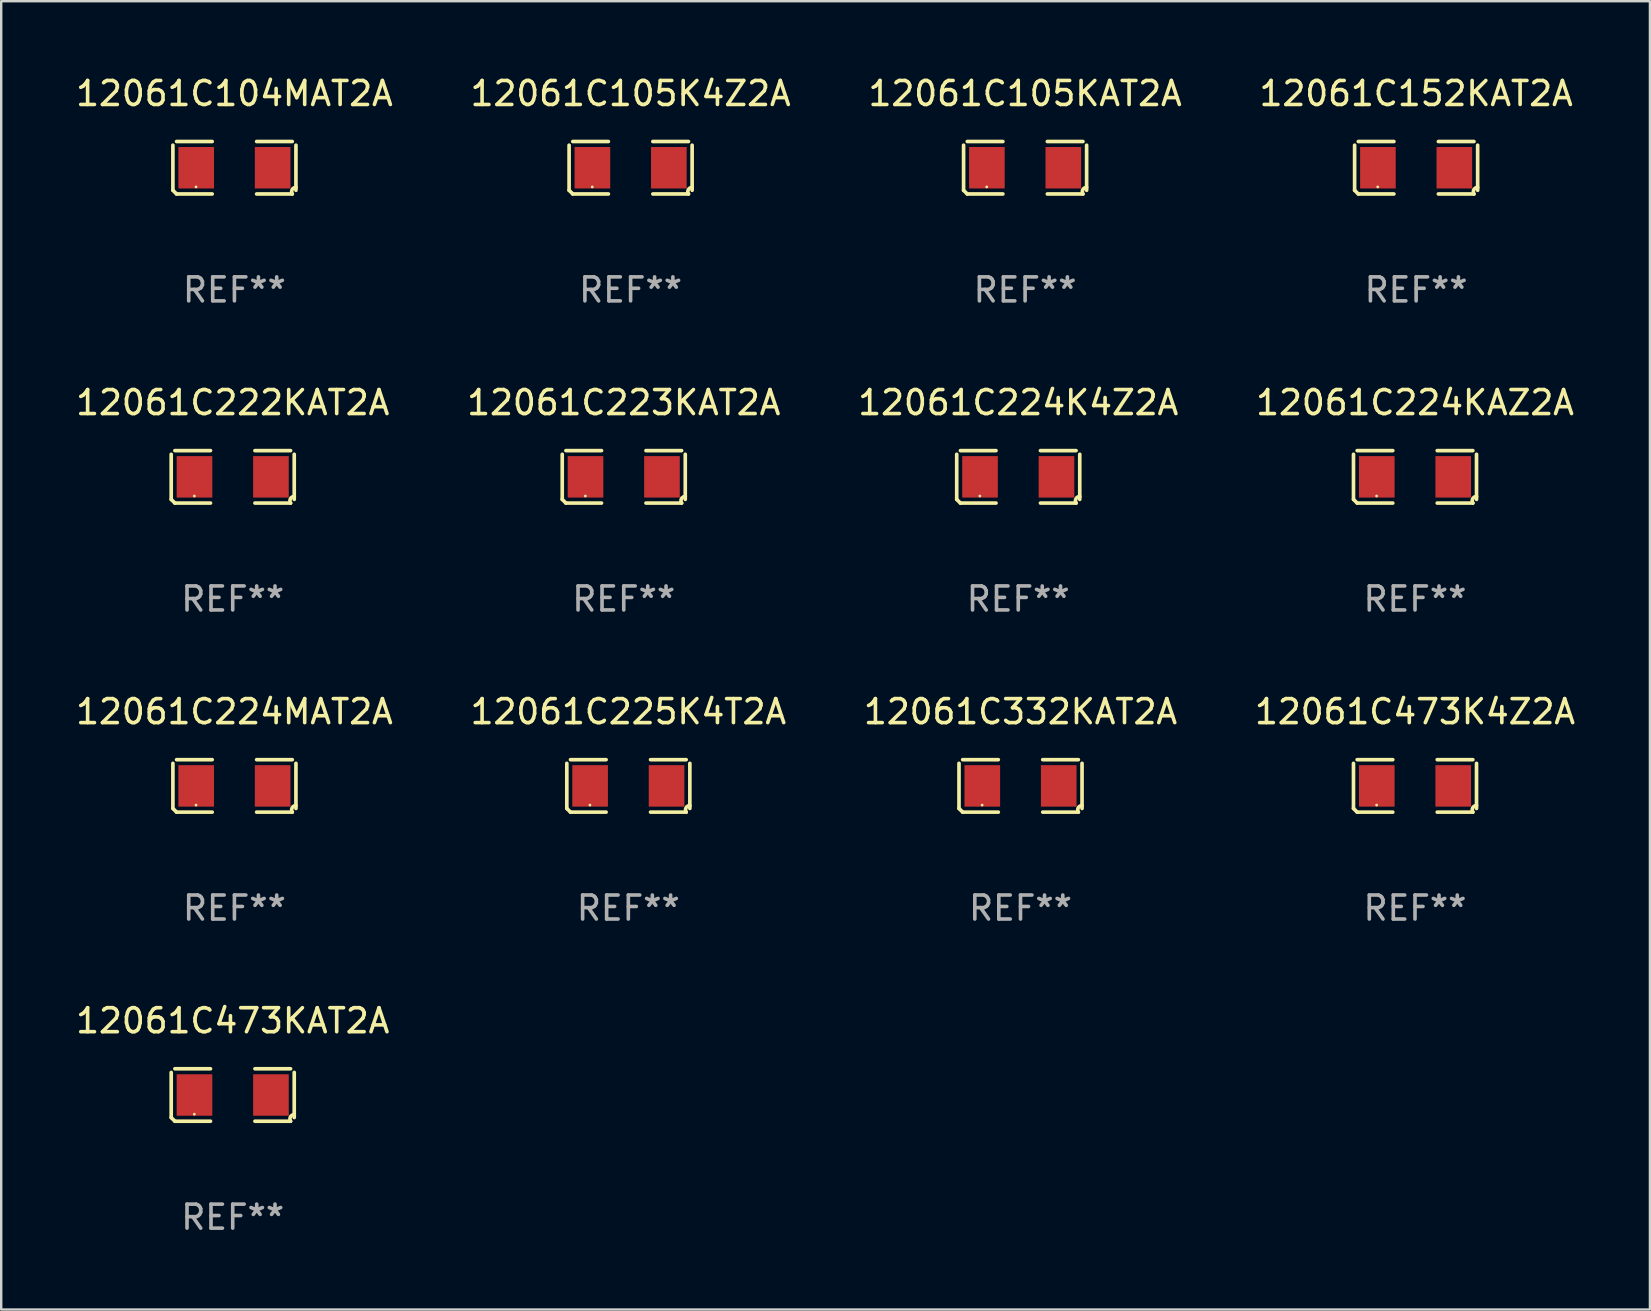
<source format=kicad_pcb>
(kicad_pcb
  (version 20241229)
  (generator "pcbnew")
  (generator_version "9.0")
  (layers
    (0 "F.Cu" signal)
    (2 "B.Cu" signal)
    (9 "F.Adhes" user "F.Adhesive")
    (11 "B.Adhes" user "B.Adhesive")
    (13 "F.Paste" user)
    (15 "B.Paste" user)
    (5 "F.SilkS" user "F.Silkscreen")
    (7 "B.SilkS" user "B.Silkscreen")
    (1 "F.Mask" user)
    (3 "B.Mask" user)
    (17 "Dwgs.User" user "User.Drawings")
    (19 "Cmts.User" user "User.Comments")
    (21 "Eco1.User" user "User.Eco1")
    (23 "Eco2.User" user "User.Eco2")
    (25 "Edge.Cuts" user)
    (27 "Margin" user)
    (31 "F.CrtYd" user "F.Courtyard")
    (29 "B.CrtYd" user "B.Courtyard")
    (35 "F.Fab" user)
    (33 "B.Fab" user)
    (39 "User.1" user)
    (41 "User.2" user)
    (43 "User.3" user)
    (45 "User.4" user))
  (footprint "12061C224MAT2A"
    (layer "F.Cu")
    (at 6.72 29.704)
    (property "Reference" "12061C224MAT2A" (at 0 -3.093 0) (layer "F.SilkS") (effects (font (size 1 1) (thickness 0.15))))
    (attr through_hole)
    (fp_line (start -2.564 0.94) (end -2.564 -0.94) (stroke (width 0.152) (type solid)) (layer "F.SilkS"))
    (fp_line (start -2.411 -1.093) (end -0.926 -1.093) (stroke (width 0.152) (type solid)) (layer "F.SilkS"))
    (fp_line (start -0.926 1.093) (end -2.411 1.093) (stroke (width 0.152) (type solid)) (layer "F.SilkS"))
    (fp_line (start 0.926 1.093) (end 2.411 1.093) (stroke (width 0.152) (type solid)) (layer "F.SilkS"))
    (fp_line (start 2.411 -1.093) (end 0.926 -1.093) (stroke (width 0.152) (type solid)) (layer "F.SilkS"))
    (fp_line (start 2.564 0.94) (end 2.564 -0.94) (stroke (width 0.152) (type solid)) (layer "F.SilkS"))
    (fp_arc (start -2.411201 1.092609) (mid -2.487413 1.01642) (end -2.563602 0.940208) (stroke (width 0.1524) (type solid)) (layer "F.SilkS"))
    (fp_arc (start 2.411201 1.092609) (mid 2.407159 0.911226) (end 2.563602 0.819347) (stroke (width 0.1524) (type solid)) (layer "F.SilkS"))
    (fp_circle (center -1.6 0.8) (end -1.57 0.8) (stroke (width 0.06) (type solid)) (fill no) (layer "F.SilkS"))
    (fp_text user "REF**" (at 0 5.093 0) (layer "F.Fab") (effects (font (size 1 1) (thickness 0.15))))
    (pad "1" smd rect (at -1.593 0) (size 1.485 1.728) (layers "F.Cu" "F.Mask" "F.Paste"))
    (pad "2" smd rect (at 1.593 0) (size 1.485 1.728) (layers "F.Cu" "F.Mask" "F.Paste")))
  (footprint "12061C224K4Z2A"
    (layer "F.Cu")
    (at 39.387 16.823)
    (property "Reference" "12061C224K4Z2A" (at 0 -3.093 0) (layer "F.SilkS") (effects (font (size 1 1) (thickness 0.15))))
    (attr through_hole)
    (fp_line (start -2.564 0.94) (end -2.564 -0.94) (stroke (width 0.152) (type solid)) (layer "F.SilkS"))
    (fp_line (start -2.411 -1.093) (end -0.926 -1.093) (stroke (width 0.152) (type solid)) (layer "F.SilkS"))
    (fp_line (start -0.926 1.093) (end -2.411 1.093) (stroke (width 0.152) (type solid)) (layer "F.SilkS"))
    (fp_line (start 0.926 1.093) (end 2.411 1.093) (stroke (width 0.152) (type solid)) (layer "F.SilkS"))
    (fp_line (start 2.411 -1.093) (end 0.926 -1.093) (stroke (width 0.152) (type solid)) (layer "F.SilkS"))
    (fp_line (start 2.564 0.94) (end 2.564 -0.94) (stroke (width 0.152) (type solid)) (layer "F.SilkS"))
    (fp_arc (start -2.411201 1.092609) (mid -2.487413 1.01642) (end -2.563602 0.940208) (stroke (width 0.1524) (type solid)) (layer "F.SilkS"))
    (fp_arc (start 2.411201 1.092609) (mid 2.407159 0.911226) (end 2.563602 0.819347) (stroke (width 0.1524) (type solid)) (layer "F.SilkS"))
    (fp_circle (center -1.6 0.8) (end -1.57 0.8) (stroke (width 0.06) (type solid)) (fill no) (layer "F.SilkS"))
    (fp_text user "REF**" (at 0 5.093 0) (layer "F.Fab") (effects (font (size 1 1) (thickness 0.15))))
    (pad "1" smd rect (at -1.593 0) (size 1.485 1.728) (layers "F.Cu" "F.Mask" "F.Paste"))
    (pad "2" smd rect (at 1.593 0) (size 1.485 1.728) (layers "F.Cu" "F.Mask" "F.Paste")))
  (footprint "12061C473KAT2A"
    (layer "F.Cu")
    (at 6.649 42.586)
    (property "Reference" "12061C473KAT2A" (at 0 -3.093 0) (layer "F.SilkS") (effects (font (size 1 1) (thickness 0.15))))
    (attr through_hole)
    (fp_line (start -2.564 0.94) (end -2.564 -0.94) (stroke (width 0.152) (type solid)) (layer "F.SilkS"))
    (fp_line (start -2.411 -1.093) (end -0.926 -1.093) (stroke (width 0.152) (type solid)) (layer "F.SilkS"))
    (fp_line (start -0.926 1.093) (end -2.411 1.093) (stroke (width 0.152) (type solid)) (layer "F.SilkS"))
    (fp_line (start 0.926 1.093) (end 2.411 1.093) (stroke (width 0.152) (type solid)) (layer "F.SilkS"))
    (fp_line (start 2.411 -1.093) (end 0.926 -1.093) (stroke (width 0.152) (type solid)) (layer "F.SilkS"))
    (fp_line (start 2.564 0.94) (end 2.564 -0.94) (stroke (width 0.152) (type solid)) (layer "F.SilkS"))
    (fp_arc (start -2.411201 1.092609) (mid -2.487413 1.01642) (end -2.563602 0.940208) (stroke (width 0.1524) (type solid)) (layer "F.SilkS"))
    (fp_arc (start 2.411201 1.092609) (mid 2.407159 0.911226) (end 2.563602 0.819347) (stroke (width 0.1524) (type solid)) (layer "F.SilkS"))
    (fp_circle (center -1.6 0.8) (end -1.57 0.8) (stroke (width 0.06) (type solid)) (fill no) (layer "F.SilkS"))
    (fp_text user "REF**" (at 0 5.093 0) (layer "F.Fab") (effects (font (size 1 1) (thickness 0.15))))
    (pad "1" smd rect (at -1.593 0) (size 1.485 1.728) (layers "F.Cu" "F.Mask" "F.Paste"))
    (pad "2" smd rect (at 1.593 0) (size 1.485 1.728) (layers "F.Cu" "F.Mask" "F.Paste")))
  (footprint "12061C152KAT2A"
    (layer "F.Cu")
    (at 55.97 3.941)
    (property "Reference" "12061C152KAT2A" (at 0 -3.093 0) (layer "F.SilkS") (effects (font (size 1 1) (thickness 0.15))))
    (attr through_hole)
    (fp_line (start -2.564 0.94) (end -2.564 -0.94) (stroke (width 0.152) (type solid)) (layer "F.SilkS"))
    (fp_line (start -2.411 -1.093) (end -0.926 -1.093) (stroke (width 0.152) (type solid)) (layer "F.SilkS"))
    (fp_line (start -0.926 1.093) (end -2.411 1.093) (stroke (width 0.152) (type solid)) (layer "F.SilkS"))
    (fp_line (start 0.926 1.093) (end 2.411 1.093) (stroke (width 0.152) (type solid)) (layer "F.SilkS"))
    (fp_line (start 2.411 -1.093) (end 0.926 -1.093) (stroke (width 0.152) (type solid)) (layer "F.SilkS"))
    (fp_line (start 2.564 0.94) (end 2.564 -0.94) (stroke (width 0.152) (type solid)) (layer "F.SilkS"))
    (fp_arc (start -2.411201 1.092609) (mid -2.487413 1.01642) (end -2.563602 0.940208) (stroke (width 0.1524) (type solid)) (layer "F.SilkS"))
    (fp_arc (start 2.411201 1.092609) (mid 2.407159 0.911226) (end 2.563602 0.819347) (stroke (width 0.1524) (type solid)) (layer "F.SilkS"))
    (fp_circle (center -1.6 0.8) (end -1.57 0.8) (stroke (width 0.06) (type solid)) (fill no) (layer "F.SilkS"))
    (fp_text user "REF**" (at 0 5.093 0) (layer "F.Fab") (effects (font (size 1 1) (thickness 0.15))))
    (pad "1" smd rect (at -1.593 0) (size 1.485 1.728) (layers "F.Cu" "F.Mask" "F.Paste"))
    (pad "2" smd rect (at 1.593 0) (size 1.485 1.728) (layers "F.Cu" "F.Mask" "F.Paste")))
  (footprint "12061C223KAT2A"
    (layer "F.Cu")
    (at 22.946 16.823)
    (property "Reference" "12061C223KAT2A" (at 0 -3.093 0) (layer "F.SilkS") (effects (font (size 1 1) (thickness 0.15))))
    (attr through_hole)
    (fp_line (start -2.564 0.94) (end -2.564 -0.94) (stroke (width 0.152) (type solid)) (layer "F.SilkS"))
    (fp_line (start -2.411 -1.093) (end -0.926 -1.093) (stroke (width 0.152) (type solid)) (layer "F.SilkS"))
    (fp_line (start -0.926 1.093) (end -2.411 1.093) (stroke (width 0.152) (type solid)) (layer "F.SilkS"))
    (fp_line (start 0.926 1.093) (end 2.411 1.093) (stroke (width 0.152) (type solid)) (layer "F.SilkS"))
    (fp_line (start 2.411 -1.093) (end 0.926 -1.093) (stroke (width 0.152) (type solid)) (layer "F.SilkS"))
    (fp_line (start 2.564 0.94) (end 2.564 -0.94) (stroke (width 0.152) (type solid)) (layer "F.SilkS"))
    (fp_arc (start -2.411201 1.092609) (mid -2.487413 1.01642) (end -2.563602 0.940208) (stroke (width 0.1524) (type solid)) (layer "F.SilkS"))
    (fp_arc (start 2.411201 1.092609) (mid 2.407159 0.911226) (end 2.563602 0.819347) (stroke (width 0.1524) (type solid)) (layer "F.SilkS"))
    (fp_circle (center -1.6 0.8) (end -1.57 0.8) (stroke (width 0.06) (type solid)) (fill no) (layer "F.SilkS"))
    (fp_text user "REF**" (at 0 5.093 0) (layer "F.Fab") (effects (font (size 1 1) (thickness 0.15))))
    (pad "1" smd rect (at -1.593 0) (size 1.485 1.728) (layers "F.Cu" "F.Mask" "F.Paste"))
    (pad "2" smd rect (at 1.593 0) (size 1.485 1.728) (layers "F.Cu" "F.Mask" "F.Paste")))
  (footprint "12061C104MAT2A"
    (layer "F.Cu")
    (at 6.72 3.941)
    (property "Reference" "12061C104MAT2A" (at 0 -3.093 0) (layer "F.SilkS") (effects (font (size 1 1) (thickness 0.15))))
    (attr through_hole)
    (fp_line (start -2.564 0.94) (end -2.564 -0.94) (stroke (width 0.152) (type solid)) (layer "F.SilkS"))
    (fp_line (start -2.411 -1.093) (end -0.926 -1.093) (stroke (width 0.152) (type solid)) (layer "F.SilkS"))
    (fp_line (start -0.926 1.093) (end -2.411 1.093) (stroke (width 0.152) (type solid)) (layer "F.SilkS"))
    (fp_line (start 0.926 1.093) (end 2.411 1.093) (stroke (width 0.152) (type solid)) (layer "F.SilkS"))
    (fp_line (start 2.411 -1.093) (end 0.926 -1.093) (stroke (width 0.152) (type solid)) (layer "F.SilkS"))
    (fp_line (start 2.564 0.94) (end 2.564 -0.94) (stroke (width 0.152) (type solid)) (layer "F.SilkS"))
    (fp_arc (start -2.411201 1.092609) (mid -2.487413 1.01642) (end -2.563602 0.940208) (stroke (width 0.1524) (type solid)) (layer "F.SilkS"))
    (fp_arc (start 2.411201 1.092609) (mid 2.407159 0.911226) (end 2.563602 0.819347) (stroke (width 0.1524) (type solid)) (layer "F.SilkS"))
    (fp_circle (center -1.6 0.8) (end -1.57 0.8) (stroke (width 0.06) (type solid)) (fill no) (layer "F.SilkS"))
    (fp_text user "REF**" (at 0 5.093 0) (layer "F.Fab") (effects (font (size 1 1) (thickness 0.15))))
    (pad "1" smd rect (at -1.593 0) (size 1.485 1.728) (layers "F.Cu" "F.Mask" "F.Paste"))
    (pad "2" smd rect (at 1.593 0) (size 1.485 1.728) (layers "F.Cu" "F.Mask" "F.Paste")))
  (footprint "12061C222KAT2A"
    (layer "F.Cu")
    (at 6.649 16.823)
    (property "Reference" "12061C222KAT2A" (at 0 -3.093 0) (layer "F.SilkS") (effects (font (size 1 1) (thickness 0.15))))
    (attr through_hole)
    (fp_line (start -2.564 0.94) (end -2.564 -0.94) (stroke (width 0.152) (type solid)) (layer "F.SilkS"))
    (fp_line (start -2.411 -1.093) (end -0.926 -1.093) (stroke (width 0.152) (type solid)) (layer "F.SilkS"))
    (fp_line (start -0.926 1.093) (end -2.411 1.093) (stroke (width 0.152) (type solid)) (layer "F.SilkS"))
    (fp_line (start 0.926 1.093) (end 2.411 1.093) (stroke (width 0.152) (type solid)) (layer "F.SilkS"))
    (fp_line (start 2.411 -1.093) (end 0.926 -1.093) (stroke (width 0.152) (type solid)) (layer "F.SilkS"))
    (fp_line (start 2.564 0.94) (end 2.564 -0.94) (stroke (width 0.152) (type solid)) (layer "F.SilkS"))
    (fp_arc (start -2.411201 1.092609) (mid -2.487413 1.01642) (end -2.563602 0.940208) (stroke (width 0.1524) (type solid)) (layer "F.SilkS"))
    (fp_arc (start 2.411201 1.092609) (mid 2.407159 0.911226) (end 2.563602 0.819347) (stroke (width 0.1524) (type solid)) (layer "F.SilkS"))
    (fp_circle (center -1.6 0.8) (end -1.57 0.8) (stroke (width 0.06) (type solid)) (fill no) (layer "F.SilkS"))
    (fp_text user "REF**" (at 0 5.093 0) (layer "F.Fab") (effects (font (size 1 1) (thickness 0.15))))
    (pad "1" smd rect (at -1.593 0) (size 1.485 1.728) (layers "F.Cu" "F.Mask" "F.Paste"))
    (pad "2" smd rect (at 1.593 0) (size 1.485 1.728) (layers "F.Cu" "F.Mask" "F.Paste")))
  (footprint "12061C225K4T2A"
    (layer "F.Cu")
    (at 23.137 29.704)
    (property "Reference" "12061C225K4T2A" (at 0 -3.093 0) (layer "F.SilkS") (effects (font (size 1 1) (thickness 0.15))))
    (attr through_hole)
    (fp_line (start -2.564 0.94) (end -2.564 -0.94) (stroke (width 0.152) (type solid)) (layer "F.SilkS"))
    (fp_line (start -2.411 -1.093) (end -0.926 -1.093) (stroke (width 0.152) (type solid)) (layer "F.SilkS"))
    (fp_line (start -0.926 1.093) (end -2.411 1.093) (stroke (width 0.152) (type solid)) (layer "F.SilkS"))
    (fp_line (start 0.926 1.093) (end 2.411 1.093) (stroke (width 0.152) (type solid)) (layer "F.SilkS"))
    (fp_line (start 2.411 -1.093) (end 0.926 -1.093) (stroke (width 0.152) (type solid)) (layer "F.SilkS"))
    (fp_line (start 2.564 0.94) (end 2.564 -0.94) (stroke (width 0.152) (type solid)) (layer "F.SilkS"))
    (fp_arc (start -2.411201 1.092609) (mid -2.487413 1.01642) (end -2.563602 0.940208) (stroke (width 0.1524) (type solid)) (layer "F.SilkS"))
    (fp_arc (start 2.411201 1.092609) (mid 2.407159 0.911226) (end 2.563602 0.819347) (stroke (width 0.1524) (type solid)) (layer "F.SilkS"))
    (fp_circle (center -1.6 0.8) (end -1.57 0.8) (stroke (width 0.06) (type solid)) (fill no) (layer "F.SilkS"))
    (fp_text user "REF**" (at 0 5.093 0) (layer "F.Fab") (effects (font (size 1 1) (thickness 0.15))))
    (pad "1" smd rect (at -1.593 0) (size 1.485 1.728) (layers "F.Cu" "F.Mask" "F.Paste"))
    (pad "2" smd rect (at 1.593 0) (size 1.485 1.728) (layers "F.Cu" "F.Mask" "F.Paste")))
  (footprint "12061C105KAT2A"
    (layer "F.Cu")
    (at 39.673 3.941)
    (property "Reference" "12061C105KAT2A" (at 0 -3.093 0) (layer "F.SilkS") (effects (font (size 1 1) (thickness 0.15))))
    (attr through_hole)
    (fp_line (start -2.564 0.94) (end -2.564 -0.94) (stroke (width 0.152) (type solid)) (layer "F.SilkS"))
    (fp_line (start -2.411 -1.093) (end -0.926 -1.093) (stroke (width 0.152) (type solid)) (layer "F.SilkS"))
    (fp_line (start -0.926 1.093) (end -2.411 1.093) (stroke (width 0.152) (type solid)) (layer "F.SilkS"))
    (fp_line (start 0.926 1.093) (end 2.411 1.093) (stroke (width 0.152) (type solid)) (layer "F.SilkS"))
    (fp_line (start 2.411 -1.093) (end 0.926 -1.093) (stroke (width 0.152) (type solid)) (layer "F.SilkS"))
    (fp_line (start 2.564 0.94) (end 2.564 -0.94) (stroke (width 0.152) (type solid)) (layer "F.SilkS"))
    (fp_arc (start -2.411201 1.092609) (mid -2.487413 1.01642) (end -2.563602 0.940208) (stroke (width 0.1524) (type solid)) (layer "F.SilkS"))
    (fp_arc (start 2.411201 1.092609) (mid 2.407159 0.911226) (end 2.563602 0.819347) (stroke (width 0.1524) (type solid)) (layer "F.SilkS"))
    (fp_circle (center -1.6 0.8) (end -1.57 0.8) (stroke (width 0.06) (type solid)) (fill no) (layer "F.SilkS"))
    (fp_text user "REF**" (at 0 5.093 0) (layer "F.Fab") (effects (font (size 1 1) (thickness 0.15))))
    (pad "1" smd rect (at -1.593 0) (size 1.485 1.728) (layers "F.Cu" "F.Mask" "F.Paste"))
    (pad "2" smd rect (at 1.593 0) (size 1.485 1.728) (layers "F.Cu" "F.Mask" "F.Paste")))
  (footprint "12061C332KAT2A"
    (layer "F.Cu")
    (at 39.482 29.704)
    (property "Reference" "12061C332KAT2A" (at 0 -3.093 0) (layer "F.SilkS") (effects (font (size 1 1) (thickness 0.15))))
    (attr through_hole)
    (fp_line (start -2.564 0.94) (end -2.564 -0.94) (stroke (width 0.152) (type solid)) (layer "F.SilkS"))
    (fp_line (start -2.411 -1.093) (end -0.926 -1.093) (stroke (width 0.152) (type solid)) (layer "F.SilkS"))
    (fp_line (start -0.926 1.093) (end -2.411 1.093) (stroke (width 0.152) (type solid)) (layer "F.SilkS"))
    (fp_line (start 0.926 1.093) (end 2.411 1.093) (stroke (width 0.152) (type solid)) (layer "F.SilkS"))
    (fp_line (start 2.411 -1.093) (end 0.926 -1.093) (stroke (width 0.152) (type solid)) (layer "F.SilkS"))
    (fp_line (start 2.564 0.94) (end 2.564 -0.94) (stroke (width 0.152) (type solid)) (layer "F.SilkS"))
    (fp_arc (start -2.411201 1.092609) (mid -2.487413 1.01642) (end -2.563602 0.940208) (stroke (width 0.1524) (type solid)) (layer "F.SilkS"))
    (fp_arc (start 2.411201 1.092609) (mid 2.407159 0.911226) (end 2.563602 0.819347) (stroke (width 0.1524) (type solid)) (layer "F.SilkS"))
    (fp_circle (center -1.6 0.8) (end -1.57 0.8) (stroke (width 0.06) (type solid)) (fill no) (layer "F.SilkS"))
    (fp_text user "REF**" (at 0 5.093 0) (layer "F.Fab") (effects (font (size 1 1) (thickness 0.15))))
    (pad "1" smd rect (at -1.593 0) (size 1.485 1.728) (layers "F.Cu" "F.Mask" "F.Paste"))
    (pad "2" smd rect (at 1.593 0) (size 1.485 1.728) (layers "F.Cu" "F.Mask" "F.Paste")))
  (footprint "12061C224KAZ2A"
    (layer "F.Cu")
    (at 55.923 16.823)
    (property "Reference" "12061C224KAZ2A" (at 0 -3.093 0) (layer "F.SilkS") (effects (font (size 1 1) (thickness 0.15))))
    (attr through_hole)
    (fp_line (start -2.564 0.94) (end -2.564 -0.94) (stroke (width 0.152) (type solid)) (layer "F.SilkS"))
    (fp_line (start -2.411 -1.093) (end -0.926 -1.093) (stroke (width 0.152) (type solid)) (layer "F.SilkS"))
    (fp_line (start -0.926 1.093) (end -2.411 1.093) (stroke (width 0.152) (type solid)) (layer "F.SilkS"))
    (fp_line (start 0.926 1.093) (end 2.411 1.093) (stroke (width 0.152) (type solid)) (layer "F.SilkS"))
    (fp_line (start 2.411 -1.093) (end 0.926 -1.093) (stroke (width 0.152) (type solid)) (layer "F.SilkS"))
    (fp_line (start 2.564 0.94) (end 2.564 -0.94) (stroke (width 0.152) (type solid)) (layer "F.SilkS"))
    (fp_arc (start -2.411201 1.092609) (mid -2.487413 1.01642) (end -2.563602 0.940208) (stroke (width 0.1524) (type solid)) (layer "F.SilkS"))
    (fp_arc (start 2.411201 1.092609) (mid 2.407159 0.911226) (end 2.563602 0.819347) (stroke (width 0.1524) (type solid)) (layer "F.SilkS"))
    (fp_circle (center -1.6 0.8) (end -1.57 0.8) (stroke (width 0.06) (type solid)) (fill no) (layer "F.SilkS"))
    (fp_text user "REF**" (at 0 5.093 0) (layer "F.Fab") (effects (font (size 1 1) (thickness 0.15))))
    (pad "1" smd rect (at -1.593 0) (size 1.485 1.728) (layers "F.Cu" "F.Mask" "F.Paste"))
    (pad "2" smd rect (at 1.593 0) (size 1.485 1.728) (layers "F.Cu" "F.Mask" "F.Paste")))
  (footprint "12061C105K4Z2A"
    (layer "F.Cu")
    (at 23.232 3.941)
    (property "Reference" "12061C105K4Z2A" (at 0 -3.093 0) (layer "F.SilkS") (effects (font (size 1 1) (thickness 0.15))))
    (attr through_hole)
    (fp_line (start -2.564 0.94) (end -2.564 -0.94) (stroke (width 0.152) (type solid)) (layer "F.SilkS"))
    (fp_line (start -2.411 -1.093) (end -0.926 -1.093) (stroke (width 0.152) (type solid)) (layer "F.SilkS"))
    (fp_line (start -0.926 1.093) (end -2.411 1.093) (stroke (width 0.152) (type solid)) (layer "F.SilkS"))
    (fp_line (start 0.926 1.093) (end 2.411 1.093) (stroke (width 0.152) (type solid)) (layer "F.SilkS"))
    (fp_line (start 2.411 -1.093) (end 0.926 -1.093) (stroke (width 0.152) (type solid)) (layer "F.SilkS"))
    (fp_line (start 2.564 0.94) (end 2.564 -0.94) (stroke (width 0.152) (type solid)) (layer "F.SilkS"))
    (fp_arc (start -2.411201 1.092609) (mid -2.487413 1.01642) (end -2.563602 0.940208) (stroke (width 0.1524) (type solid)) (layer "F.SilkS"))
    (fp_arc (start 2.411201 1.092609) (mid 2.407159 0.911226) (end 2.563602 0.819347) (stroke (width 0.1524) (type solid)) (layer "F.SilkS"))
    (fp_circle (center -1.6 0.8) (end -1.57 0.8) (stroke (width 0.06) (type solid)) (fill no) (layer "F.SilkS"))
    (fp_text user "REF**" (at 0 5.093 0) (layer "F.Fab") (effects (font (size 1 1) (thickness 0.15))))
    (pad "1" smd rect (at -1.593 0) (size 1.485 1.728) (layers "F.Cu" "F.Mask" "F.Paste"))
    (pad "2" smd rect (at 1.593 0) (size 1.485 1.728) (layers "F.Cu" "F.Mask" "F.Paste")))
  (footprint "12061C473K4Z2A"
    (layer "F.Cu")
    (at 55.923 29.704)
    (property "Reference" "12061C473K4Z2A" (at 0 -3.093 0) (layer "F.SilkS") (effects (font (size 1 1) (thickness 0.15))))
    (attr through_hole)
    (fp_line (start -2.564 0.94) (end -2.564 -0.94) (stroke (width 0.152) (type solid)) (layer "F.SilkS"))
    (fp_line (start -2.411 -1.093) (end -0.926 -1.093) (stroke (width 0.152) (type solid)) (layer "F.SilkS"))
    (fp_line (start -0.926 1.093) (end -2.411 1.093) (stroke (width 0.152) (type solid)) (layer "F.SilkS"))
    (fp_line (start 0.926 1.093) (end 2.411 1.093) (stroke (width 0.152) (type solid)) (layer "F.SilkS"))
    (fp_line (start 2.411 -1.093) (end 0.926 -1.093) (stroke (width 0.152) (type solid)) (layer "F.SilkS"))
    (fp_line (start 2.564 0.94) (end 2.564 -0.94) (stroke (width 0.152) (type solid)) (layer "F.SilkS"))
    (fp_arc (start -2.411201 1.092609) (mid -2.487413 1.01642) (end -2.563602 0.940208) (stroke (width 0.1524) (type solid)) (layer "F.SilkS"))
    (fp_arc (start 2.411201 1.092609) (mid 2.407159 0.911226) (end 2.563602 0.819347) (stroke (width 0.1524) (type solid)) (layer "F.SilkS"))
    (fp_circle (center -1.6 0.8) (end -1.57 0.8) (stroke (width 0.06) (type solid)) (fill no) (layer "F.SilkS"))
    (fp_text user "REF**" (at 0 5.093 0) (layer "F.Fab") (effects (font (size 1 1) (thickness 0.15))))
    (pad "1" smd rect (at -1.593 0) (size 1.485 1.728) (layers "F.Cu" "F.Mask" "F.Paste"))
    (pad "2" smd rect (at 1.593 0) (size 1.485 1.728) (layers "F.Cu" "F.Mask" "F.Paste")))
  (gr_rect
    (start -3 -3)
    (end 65.714 51.527)
    (stroke (width 0.1) (type default))
    (fill no)
    (layer "Edge.Cuts")))
</source>
